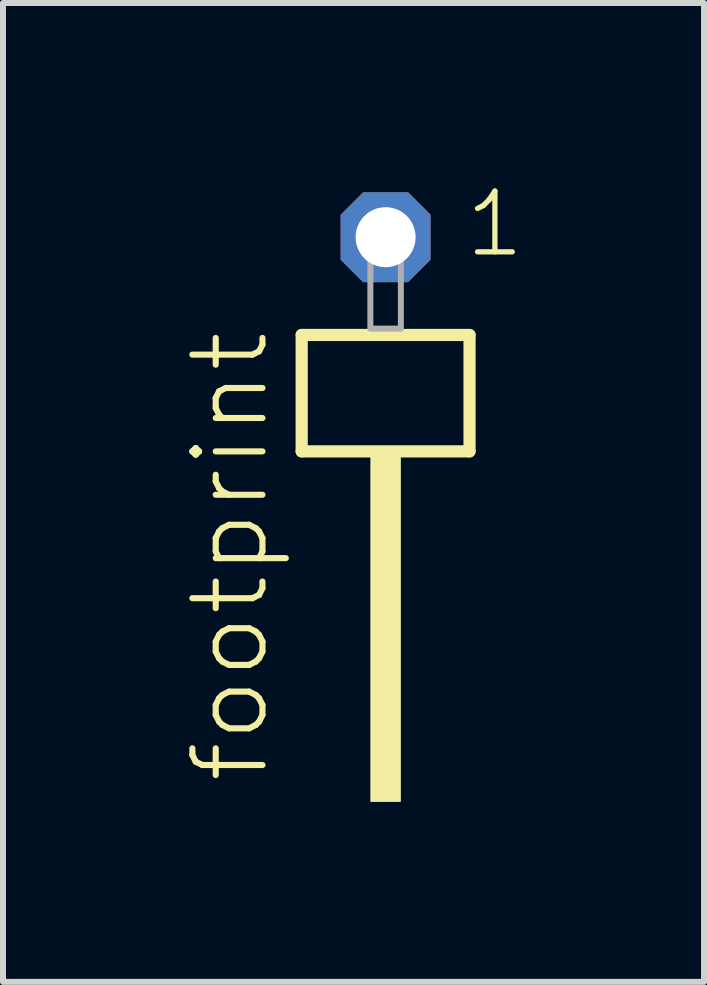
<source format=kicad_pcb>
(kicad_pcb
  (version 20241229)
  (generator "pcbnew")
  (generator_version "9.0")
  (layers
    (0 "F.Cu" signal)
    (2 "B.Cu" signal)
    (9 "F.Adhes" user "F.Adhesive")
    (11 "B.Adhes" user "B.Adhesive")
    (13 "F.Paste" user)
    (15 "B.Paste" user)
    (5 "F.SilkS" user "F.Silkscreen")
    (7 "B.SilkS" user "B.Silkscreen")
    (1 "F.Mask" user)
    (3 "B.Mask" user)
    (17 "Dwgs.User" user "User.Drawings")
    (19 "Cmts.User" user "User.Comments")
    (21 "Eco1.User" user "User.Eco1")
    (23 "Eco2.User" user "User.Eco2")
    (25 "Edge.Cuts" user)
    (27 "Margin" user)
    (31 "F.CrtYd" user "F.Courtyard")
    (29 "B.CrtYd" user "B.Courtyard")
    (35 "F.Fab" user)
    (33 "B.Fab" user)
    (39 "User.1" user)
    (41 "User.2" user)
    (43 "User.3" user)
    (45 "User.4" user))
  (footprint "footprint"
    (layer "F.Cu")
    (at 3.378 2.428)
    (property "Reference" "footprint" (at -1.905 7.62 90) (layer "F.SilkS") (effects (font (size 1.168 1.168) (thickness 0.102)) (justify left bottom)))
    (fp_line (start -1.399 0.106) (end -1.399 2.046) (stroke (width 0.203) (type solid)) (layer "F.SilkS"))
    (fp_line (start -1.399 2.046) (end 1.399 2.046) (stroke (width 0.203) (type solid)) (layer "F.SilkS"))
    (fp_line (start 1.399 0.106) (end -1.399 0.106) (stroke (width 0.203) (type solid)) (layer "F.SilkS"))
    (fp_line (start 1.399 2.046) (end 1.399 0.106) (stroke (width 0.203) (type solid)) (layer "F.SilkS"))
    (fp_poly (pts (xy -0.254 7.89) (xy 0.254 7.89) (xy 0.254 2.04) (xy -0.254 2.04)) (stroke (width 0) (type solid)) (fill yes) (layer "F.SilkS"))
    (fp_poly (pts (xy -0.254 0) (xy 0.254 0) (xy 0.254 -1.778) (xy -0.254 -1.778)) (stroke (width 0.1) (type solid)) (fill no) (layer "F.Fab"))
    (fp_text user "1" (at 1.282 -1.152 0) (layer "F.SilkS") (effects (font (size 1.012 1.012) (thickness 0.088)) (justify left bottom)))
    (pad "1" thru_hole roundrect (at 0 -1.524 180) (size 1.5 1.5) (drill 1) (layers "*.Cu" "*.Mask") (roundrect_rratio 0.25) (chamfer_ratio 0.25) (chamfer top_left top_right bottom_left bottom_right)))
  (gr_rect
    (start -3 -3)
    (end 8.686 13.318)
    (stroke (width 0.1) (type default))
    (fill no)
    (layer "Edge.Cuts")))
</source>
